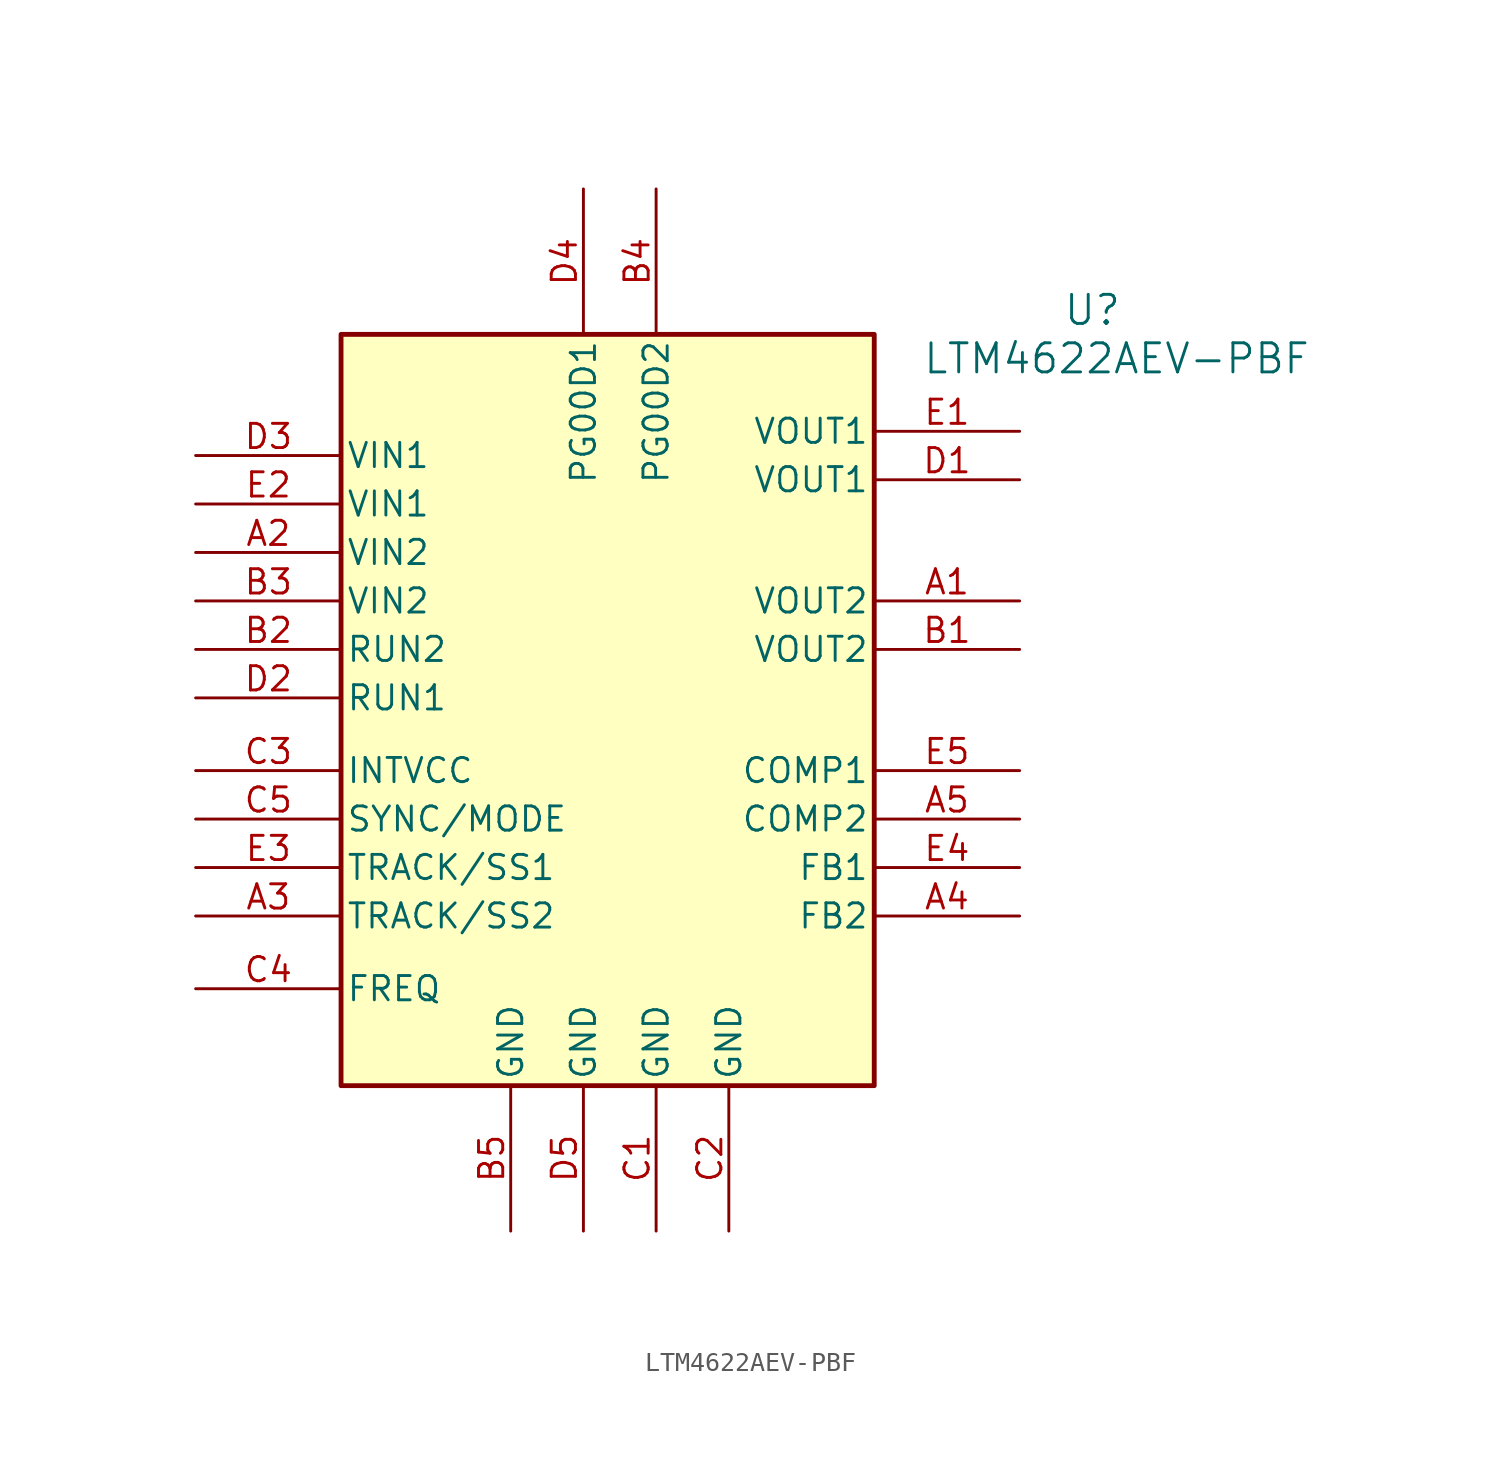
<source format=kicad_sym>
(kicad_symbol_lib
  (version 20220914)
  (generator kicad_symbol_editor)
  (symbol "LTM4622AEV-PBF"
    (pin_names
      (offset 0.254))
    (property "Reference" "U"
      (at 25.4 21.59 0)
      (effects (font (size 1.524 1.524))))
    (property "Value" "LTM4622AEV-PBF"
      (at 26.67 19.05 0)
      (effects (font (size 1.524 1.524))))
    (property "ki_locked" ""
      (at 0 0 0)
      (effects (font (size 1.27 1.27))))
    (symbol "LTM4622AEV-PBF_0_1"
      (pin output line (at 21.59 6.35 180) (length 7.62) (name "VOUT2" (effects (font (size 1.27 1.27)))) (number "A1" (effects (font (size 1.27 1.27)))))
      (pin input line (at -21.59 8.89 0) (length 7.62) (name "VIN2" (effects (font (size 1.27 1.27)))) (number "A2" (effects (font (size 1.27 1.27)))))
      (pin unspecified line (at -21.59 -10.16 0) (length 7.62) (name "TRACK/SS2" (effects (font (size 1.27 1.27)))) (number "A3" (effects (font (size 1.27 1.27)))))
      (pin unspecified line (at 21.59 -10.16 180) (length 7.62) (name "FB2" (effects (font (size 1.27 1.27)))) (number "A4" (effects (font (size 1.27 1.27)))))
      (pin unspecified line (at 21.59 -5.08 180) (length 7.62) (name "COMP2" (effects (font (size 1.27 1.27)))) (number "A5" (effects (font (size 1.27 1.27)))))
      (pin output line (at 21.59 3.81 180) (length 7.62) (name "VOUT2" (effects (font (size 1.27 1.27)))) (number "B1" (effects (font (size 1.27 1.27)))))
      (pin unspecified line (at -21.59 3.81 0) (length 7.62) (name "RUN2" (effects (font (size 1.27 1.27)))) (number "B2" (effects (font (size 1.27 1.27)))))
      (pin input line (at -21.59 6.35 0) (length 7.62) (name "VIN2" (effects (font (size 1.27 1.27)))) (number "B3" (effects (font (size 1.27 1.27)))))
      (pin unspecified line (at 2.54 27.94 270) (length 7.62) (name "PG00D2" (effects (font (size 1.27 1.27)))) (number "B4" (effects (font (size 1.27 1.27)))))
      (pin power_out line (at -5.08 -26.67 90) (length 7.62) (name "GND" (effects (font (size 1.27 1.27)))) (number "B5" (effects (font (size 1.27 1.27)))))
      (pin power_out line (at 2.54 -26.67 90) (length 7.62) (name "GND" (effects (font (size 1.27 1.27)))) (number "C1" (effects (font (size 1.27 1.27)))))
      (pin power_out line (at 6.35 -26.67 90) (length 7.62) (name "GND" (effects (font (size 1.27 1.27)))) (number "C2" (effects (font (size 1.27 1.27)))))
      (pin input line (at -21.59 -2.54 0) (length 7.62) (name "INTVCC" (effects (font (size 1.27 1.27)))) (number "C3" (effects (font (size 1.27 1.27)))))
      (pin unspecified line (at -21.59 -13.97 0) (length 7.62) (name "FREQ" (effects (font (size 1.27 1.27)))) (number "C4" (effects (font (size 1.27 1.27)))))
      (pin unspecified line (at -21.59 -5.08 0) (length 7.62) (name "SYNC/MODE" (effects (font (size 1.27 1.27)))) (number "C5" (effects (font (size 1.27 1.27)))))
      (pin output line (at 21.59 12.7 180) (length 7.62) (name "VOUT1" (effects (font (size 1.27 1.27)))) (number "D1" (effects (font (size 1.27 1.27)))))
      (pin unspecified line (at -21.59 1.27 0) (length 7.62) (name "RUN1" (effects (font (size 1.27 1.27)))) (number "D2" (effects (font (size 1.27 1.27)))))
      (pin input line (at -21.59 13.97 0) (length 7.62) (name "VIN1" (effects (font (size 1.27 1.27)))) (number "D3" (effects (font (size 1.27 1.27)))))
      (pin unspecified line (at -1.27 27.94 270) (length 7.62) (name "PG00D1" (effects (font (size 1.27 1.27)))) (number "D4" (effects (font (size 1.27 1.27)))))
      (pin power_out line (at -1.27 -26.67 90) (length 7.62) (name "GND" (effects (font (size 1.27 1.27)))) (number "D5" (effects (font (size 1.27 1.27)))))
      (pin output line (at 21.59 15.24 180) (length 7.62) (name "VOUT1" (effects (font (size 1.27 1.27)))) (number "E1" (effects (font (size 1.27 1.27)))))
      (pin input line (at -21.59 11.43 0) (length 7.62) (name "VIN1" (effects (font (size 1.27 1.27)))) (number "E2" (effects (font (size 1.27 1.27)))))
      (pin unspecified line (at -21.59 -7.62 0) (length 7.62) (name "TRACK/SS1" (effects (font (size 1.27 1.27)))) (number "E3" (effects (font (size 1.27 1.27)))))
      (pin unspecified line (at 21.59 -7.62 180) (length 7.62) (name "FB1" (effects (font (size 1.27 1.27)))) (number "E4" (effects (font (size 1.27 1.27)))))
      (pin unspecified line (at 21.59 -2.54 180) (length 7.62) (name "COMP1" (effects (font (size 1.27 1.27)))) (number "E5" (effects (font (size 1.27 1.27))))))
    (symbol "LTM4622AEV-PBF_1_1"
      (rectangle (start -13.97 20.32) (end 13.97 -19.05) (stroke (width 0.254) (type default)) (fill (type background))))))
</source>
